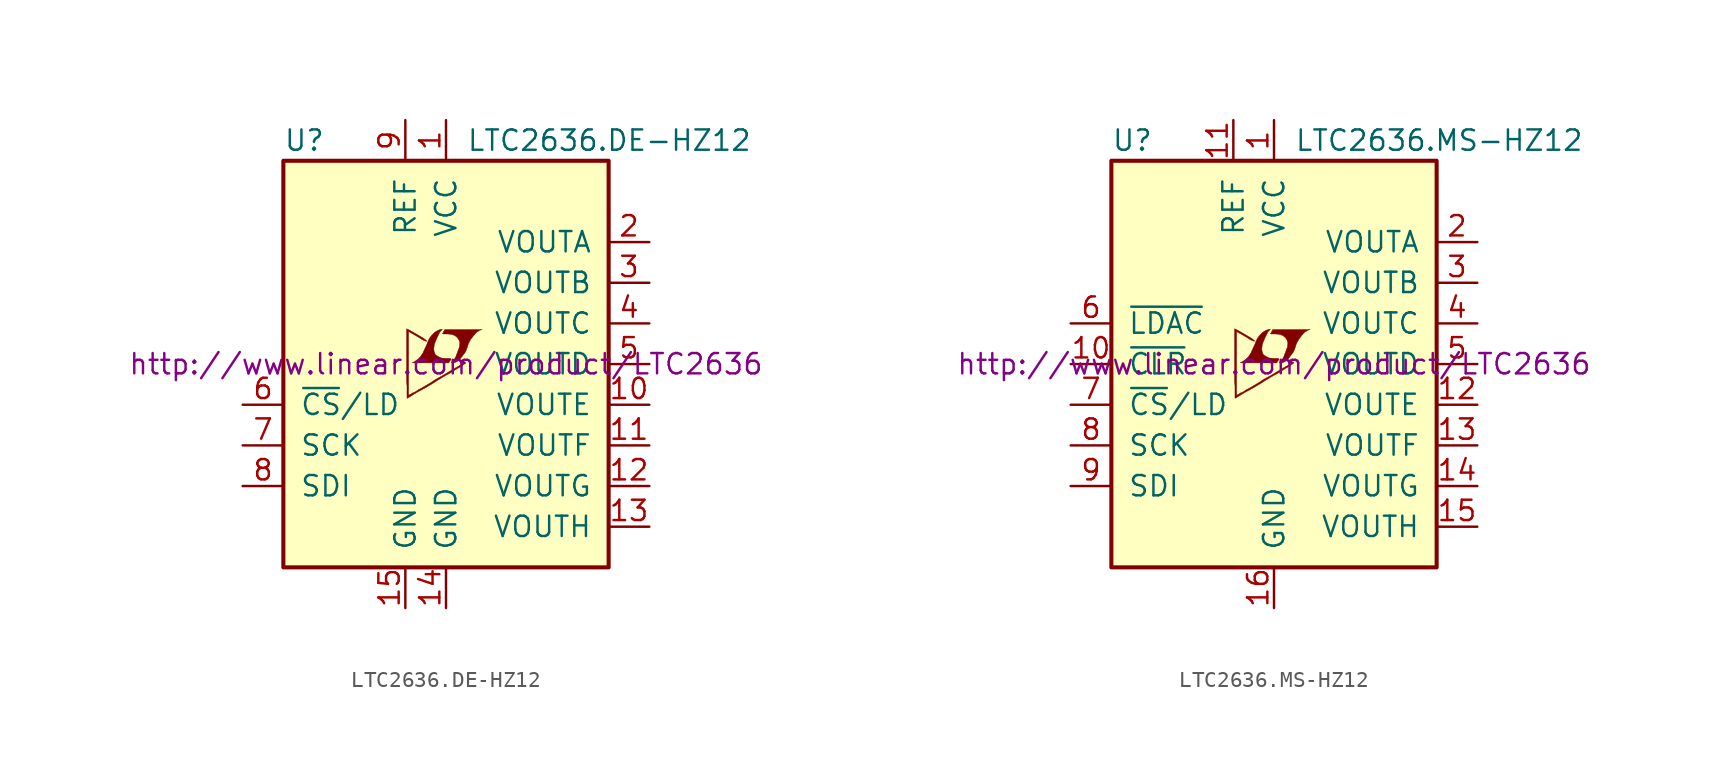
<source format=kicad_sym>
(kicad_symbol_lib
  (version 20201005)
  (generator kicad_symbol_editor)
  (symbol "LTC2636.DE-HZ12"
    (pin_names
      (offset 1.016))
    (property "Reference" "U"
      (at -10.16 13.97 0)
      (effects (font (size 1.27 1.27)) (justify left)))
    (property "Value" "LTC2636.DE-HZ12"
      (at 1.27 13.97 0)
      (effects (font (size 1.27 1.27)) (justify left)))
    (property "Datasheet" "http://www.linear.com/product/LTC2636"
      (at 0 0 0)
      (effects (font (size 1.27 1.27))))
    (symbol "LTC2636.DE-HZ12_0_0"
      (polyline (pts (xy 0.584 0.102) (xy 0.762 0.203) (xy 0.914 0.356) (xy 1.219 0.762) (xy 1.321 1.016) (xy 1.397 1.27) (xy 1.549 1.549) (xy 1.727 1.778) (xy 1.905 1.981) (xy 2.108 2.108) (xy 2.261 2.159) (xy -0.076 2.159) (xy -0.152 2.032) (xy -0.152 2.007) (xy -0.203 1.93) (xy -0.229 1.905) (xy -0.178 1.88) (xy 0.102 1.88) (xy 0.356 1.854) (xy 0.559 1.778) (xy 0.711 1.651) (xy 0.813 1.499) (xy 0.864 1.321) (xy 0.838 1.092) (xy 0.838 1.067) (xy 0.61 0.457) (xy 0.508 0.279) (xy 0.406 0.152) (xy 0.33 0.076) (xy 0.432 0.076) (xy 0.584 0.102)) (stroke (width 0.025)) (fill (type outline)))
      (polyline (pts (xy 0.229 0.178) (xy 0.254 0.203) (xy 0.305 0.279) (xy 0.305 0.33) (xy 0.254 0.356) (xy -0.051 0.356) (xy -0.305 0.381) (xy -0.508 0.483) (xy -0.66 0.584) (xy -0.737 0.762) (xy -0.762 0.94) (xy -0.737 1.168) (xy -0.737 1.194) (xy -0.686 1.346) (xy -0.533 1.702) (xy -0.381 2.007) (xy -0.305 2.083) (xy -0.229 2.184) (xy -0.356 2.159) (xy -0.508 2.108) (xy -0.711 1.981) (xy -0.889 1.803) (xy -1.041 1.6) (xy -1.168 1.321) (xy -1.168 1.295) (xy -1.321 0.965) (xy -1.448 0.686) (xy -1.6 0.457) (xy -1.753 0.305) (xy -1.93 0.178) (xy -2.108 0.076) (xy 0.178 0.076) (xy 0.229 0.178)) (stroke (width 0.025)) (fill (type outline)))
      (polyline (pts (xy -2.362 -2.108) (xy -2.286 -2.057) (xy -2.159 -1.981) (xy -2.083 -1.93) (xy -1.829 -1.778) (xy -1.27 -1.473) (xy -0.762 -1.168) (xy -0.533 -1.016) (xy -0.356 -0.914) (xy -0.203 -0.813) (xy -0.102 -0.762) (xy -0.025 -0.711) (xy 0.127 -0.635) (xy 0.305 -0.533) (xy 0.711 -0.279) (xy 0.889 -0.178) (xy 1.041 -0.076) (xy 1.143 0) (xy 1.219 0.051) (xy 1.245 0.076) (xy 1.092 0.178) (xy 0.94 0.229) (xy 0.914 0.203) (xy 0.914 0.178) (xy 0.991 0.127) (xy 1.092 0.051) (xy 0.178 -0.483) (xy -0.025 -0.61) (xy -0.33 -0.787) (xy -0.66 -0.965) (xy -0.965 -1.168) (xy -1.27 -1.346) (xy -1.524 -1.499) (xy -1.727 -1.6) (xy -1.905 -1.727) (xy -2.083 -1.803) (xy -2.21 -1.88) (xy -2.311 -1.93) (xy -2.337 -1.956) (xy -2.337 2.032) (xy -1.803 1.727) (xy -1.676 1.651) (xy -1.524 1.549) (xy -1.372 1.473) (xy -1.295 1.448) (xy -1.245 1.422) (xy -1.219 1.422) (xy -1.219 1.473) (xy -1.295 1.524) (xy -1.422 1.626) (xy -1.6 1.727) (xy -1.727 1.803) (xy -2.083 2.007) (xy -2.21 2.083) (xy -2.464 2.21) (xy -2.464 -1.067) (xy -2.438 -1.372) (xy -2.438 -2.134) (xy -2.413 -2.134) (xy -2.362 -2.108)) (stroke (width 0.025)) (fill (type outline))))
    (symbol "LTC2636.DE-HZ12_0_1"
      (rectangle (start -10.16 12.7) (end 10.16 -12.7) (stroke (width 0.254)) (fill (type background))))
    (symbol "LTC2636.DE-HZ12_1_1"
      (pin power_in line (at 0 15.24 270) (length 2.54) (name "VCC" (effects (font (size 1.27 1.27)))) (number "1" (effects (font (size 1.27 1.27)))))
      (pin output line (at 12.7 -2.54 180) (length 2.54) (name "VOUTE" (effects (font (size 1.27 1.27)))) (number "10" (effects (font (size 1.27 1.27)))))
      (pin output line (at 12.7 -5.08 180) (length 2.54) (name "VOUTF" (effects (font (size 1.27 1.27)))) (number "11" (effects (font (size 1.27 1.27)))))
      (pin output line (at 12.7 -7.62 180) (length 2.54) (name "VOUTG" (effects (font (size 1.27 1.27)))) (number "12" (effects (font (size 1.27 1.27)))))
      (pin output line (at 12.7 -10.16 180) (length 2.54) (name "VOUTH" (effects (font (size 1.27 1.27)))) (number "13" (effects (font (size 1.27 1.27)))))
      (pin power_in line (at 0 -15.24 90) (length 2.54) (name "GND" (effects (font (size 1.27 1.27)))) (number "14" (effects (font (size 1.27 1.27)))))
      (pin power_in line (at -2.54 -15.24 90) (length 2.54) (name "GND" (effects (font (size 1.27 1.27)))) (number "15" (effects (font (size 1.27 1.27)))))
      (pin output line (at 12.7 7.62 180) (length 2.54) (name "VOUTA" (effects (font (size 1.27 1.27)))) (number "2" (effects (font (size 1.27 1.27)))))
      (pin output line (at 12.7 5.08 180) (length 2.54) (name "VOUTB" (effects (font (size 1.27 1.27)))) (number "3" (effects (font (size 1.27 1.27)))))
      (pin output line (at 12.7 2.54 180) (length 2.54) (name "VOUTC" (effects (font (size 1.27 1.27)))) (number "4" (effects (font (size 1.27 1.27)))))
      (pin output line (at 12.7 0 180) (length 2.54) (name "VOUTD" (effects (font (size 1.27 1.27)))) (number "5" (effects (font (size 1.27 1.27)))))
      (pin input line (at -12.7 -2.54 0) (length 2.54) (name "~CS~/LD" (effects (font (size 1.27 1.27)))) (number "6" (effects (font (size 1.27 1.27)))))
      (pin input line (at -12.7 -5.08 0) (length 2.54) (name "SCK" (effects (font (size 1.27 1.27)))) (number "7" (effects (font (size 1.27 1.27)))))
      (pin input line (at -12.7 -7.62 0) (length 2.54) (name "SDI" (effects (font (size 1.27 1.27)))) (number "8" (effects (font (size 1.27 1.27)))))
      (pin passive line (at -2.54 15.24 270) (length 2.54) (name "REF" (effects (font (size 1.27 1.27)))) (number "9" (effects (font (size 1.27 1.27)))))))
  (symbol "LTC2636.MS-HZ12"
    (pin_names
      (offset 1.016))
    (property "Reference" "U"
      (at -10.16 13.97 0)
      (effects (font (size 1.27 1.27)) (justify left)))
    (property "Value" "LTC2636.MS-HZ12"
      (at 1.27 13.97 0)
      (effects (font (size 1.27 1.27)) (justify left)))
    (property "Datasheet" "http://www.linear.com/product/LTC2636"
      (at 0 0 0)
      (effects (font (size 1.27 1.27))))
    (symbol "LTC2636.MS-HZ12_0_0"
      (polyline (pts (xy 0.584 0.102) (xy 0.762 0.203) (xy 0.914 0.356) (xy 1.219 0.762) (xy 1.321 1.016) (xy 1.397 1.27) (xy 1.549 1.549) (xy 1.727 1.778) (xy 1.905 1.981) (xy 2.108 2.108) (xy 2.261 2.159) (xy -0.076 2.159) (xy -0.152 2.032) (xy -0.152 2.007) (xy -0.203 1.93) (xy -0.229 1.905) (xy -0.178 1.88) (xy 0.102 1.88) (xy 0.356 1.854) (xy 0.559 1.778) (xy 0.711 1.651) (xy 0.813 1.499) (xy 0.864 1.321) (xy 0.838 1.092) (xy 0.838 1.067) (xy 0.61 0.457) (xy 0.508 0.279) (xy 0.406 0.152) (xy 0.33 0.076) (xy 0.432 0.076) (xy 0.584 0.102)) (stroke (width 0.025)) (fill (type outline)))
      (polyline (pts (xy 0.229 0.178) (xy 0.254 0.203) (xy 0.305 0.279) (xy 0.305 0.33) (xy 0.254 0.356) (xy -0.051 0.356) (xy -0.305 0.381) (xy -0.508 0.483) (xy -0.66 0.584) (xy -0.737 0.762) (xy -0.762 0.94) (xy -0.737 1.168) (xy -0.737 1.194) (xy -0.686 1.346) (xy -0.533 1.702) (xy -0.381 2.007) (xy -0.305 2.083) (xy -0.229 2.184) (xy -0.356 2.159) (xy -0.508 2.108) (xy -0.711 1.981) (xy -0.889 1.803) (xy -1.041 1.6) (xy -1.168 1.321) (xy -1.168 1.295) (xy -1.321 0.965) (xy -1.448 0.686) (xy -1.6 0.457) (xy -1.753 0.305) (xy -1.93 0.178) (xy -2.108 0.076) (xy 0.178 0.076) (xy 0.229 0.178)) (stroke (width 0.025)) (fill (type outline)))
      (polyline (pts (xy -2.362 -2.108) (xy -2.286 -2.057) (xy -2.159 -1.981) (xy -2.083 -1.93) (xy -1.829 -1.778) (xy -1.27 -1.473) (xy -0.762 -1.168) (xy -0.533 -1.016) (xy -0.356 -0.914) (xy -0.203 -0.813) (xy -0.102 -0.762) (xy -0.025 -0.711) (xy 0.127 -0.635) (xy 0.305 -0.533) (xy 0.711 -0.279) (xy 0.889 -0.178) (xy 1.041 -0.076) (xy 1.143 0) (xy 1.219 0.051) (xy 1.245 0.076) (xy 1.092 0.178) (xy 0.94 0.229) (xy 0.914 0.203) (xy 0.914 0.178) (xy 0.991 0.127) (xy 1.092 0.051) (xy 0.178 -0.483) (xy -0.025 -0.61) (xy -0.33 -0.787) (xy -0.66 -0.965) (xy -0.965 -1.168) (xy -1.27 -1.346) (xy -1.524 -1.499) (xy -1.727 -1.6) (xy -1.905 -1.727) (xy -2.083 -1.803) (xy -2.21 -1.88) (xy -2.311 -1.93) (xy -2.337 -1.956) (xy -2.337 2.032) (xy -1.803 1.727) (xy -1.676 1.651) (xy -1.524 1.549) (xy -1.372 1.473) (xy -1.295 1.448) (xy -1.245 1.422) (xy -1.219 1.422) (xy -1.219 1.473) (xy -1.295 1.524) (xy -1.422 1.626) (xy -1.6 1.727) (xy -1.727 1.803) (xy -2.083 2.007) (xy -2.21 2.083) (xy -2.464 2.21) (xy -2.464 -1.067) (xy -2.438 -1.372) (xy -2.438 -2.134) (xy -2.413 -2.134) (xy -2.362 -2.108)) (stroke (width 0.025)) (fill (type outline))))
    (symbol "LTC2636.MS-HZ12_0_1"
      (rectangle (start -10.16 12.7) (end 10.16 -12.7) (stroke (width 0.254)) (fill (type background))))
    (symbol "LTC2636.MS-HZ12_1_1"
      (pin power_in line (at 0 15.24 270) (length 2.54) (name "VCC" (effects (font (size 1.27 1.27)))) (number "1" (effects (font (size 1.27 1.27)))))
      (pin input line (at -12.7 0 0) (length 2.54) (name "~CLR~" (effects (font (size 1.27 1.27)))) (number "10" (effects (font (size 1.27 1.27)))))
      (pin passive line (at -2.54 15.24 270) (length 2.54) (name "REF" (effects (font (size 1.27 1.27)))) (number "11" (effects (font (size 1.27 1.27)))))
      (pin output line (at 12.7 -2.54 180) (length 2.54) (name "VOUTE" (effects (font (size 1.27 1.27)))) (number "12" (effects (font (size 1.27 1.27)))))
      (pin output line (at 12.7 -5.08 180) (length 2.54) (name "VOUTF" (effects (font (size 1.27 1.27)))) (number "13" (effects (font (size 1.27 1.27)))))
      (pin output line (at 12.7 -7.62 180) (length 2.54) (name "VOUTG" (effects (font (size 1.27 1.27)))) (number "14" (effects (font (size 1.27 1.27)))))
      (pin output line (at 12.7 -10.16 180) (length 2.54) (name "VOUTH" (effects (font (size 1.27 1.27)))) (number "15" (effects (font (size 1.27 1.27)))))
      (pin power_in line (at 0 -15.24 90) (length 2.54) (name "GND" (effects (font (size 1.27 1.27)))) (number "16" (effects (font (size 1.27 1.27)))))
      (pin output line (at 12.7 7.62 180) (length 2.54) (name "VOUTA" (effects (font (size 1.27 1.27)))) (number "2" (effects (font (size 1.27 1.27)))))
      (pin output line (at 12.7 5.08 180) (length 2.54) (name "VOUTB" (effects (font (size 1.27 1.27)))) (number "3" (effects (font (size 1.27 1.27)))))
      (pin output line (at 12.7 2.54 180) (length 2.54) (name "VOUTC" (effects (font (size 1.27 1.27)))) (number "4" (effects (font (size 1.27 1.27)))))
      (pin output line (at 12.7 0 180) (length 2.54) (name "VOUTD" (effects (font (size 1.27 1.27)))) (number "5" (effects (font (size 1.27 1.27)))))
      (pin input line (at -12.7 2.54 0) (length 2.54) (name "~LDAC~" (effects (font (size 1.27 1.27)))) (number "6" (effects (font (size 1.27 1.27)))))
      (pin input line (at -12.7 -2.54 0) (length 2.54) (name "~CS~/LD" (effects (font (size 1.27 1.27)))) (number "7" (effects (font (size 1.27 1.27)))))
      (pin input line (at -12.7 -5.08 0) (length 2.54) (name "SCK" (effects (font (size 1.27 1.27)))) (number "8" (effects (font (size 1.27 1.27)))))
      (pin input line (at -12.7 -7.62 0) (length 2.54) (name "SDI" (effects (font (size 1.27 1.27)))) (number "9" (effects (font (size 1.27 1.27))))))))
</source>
